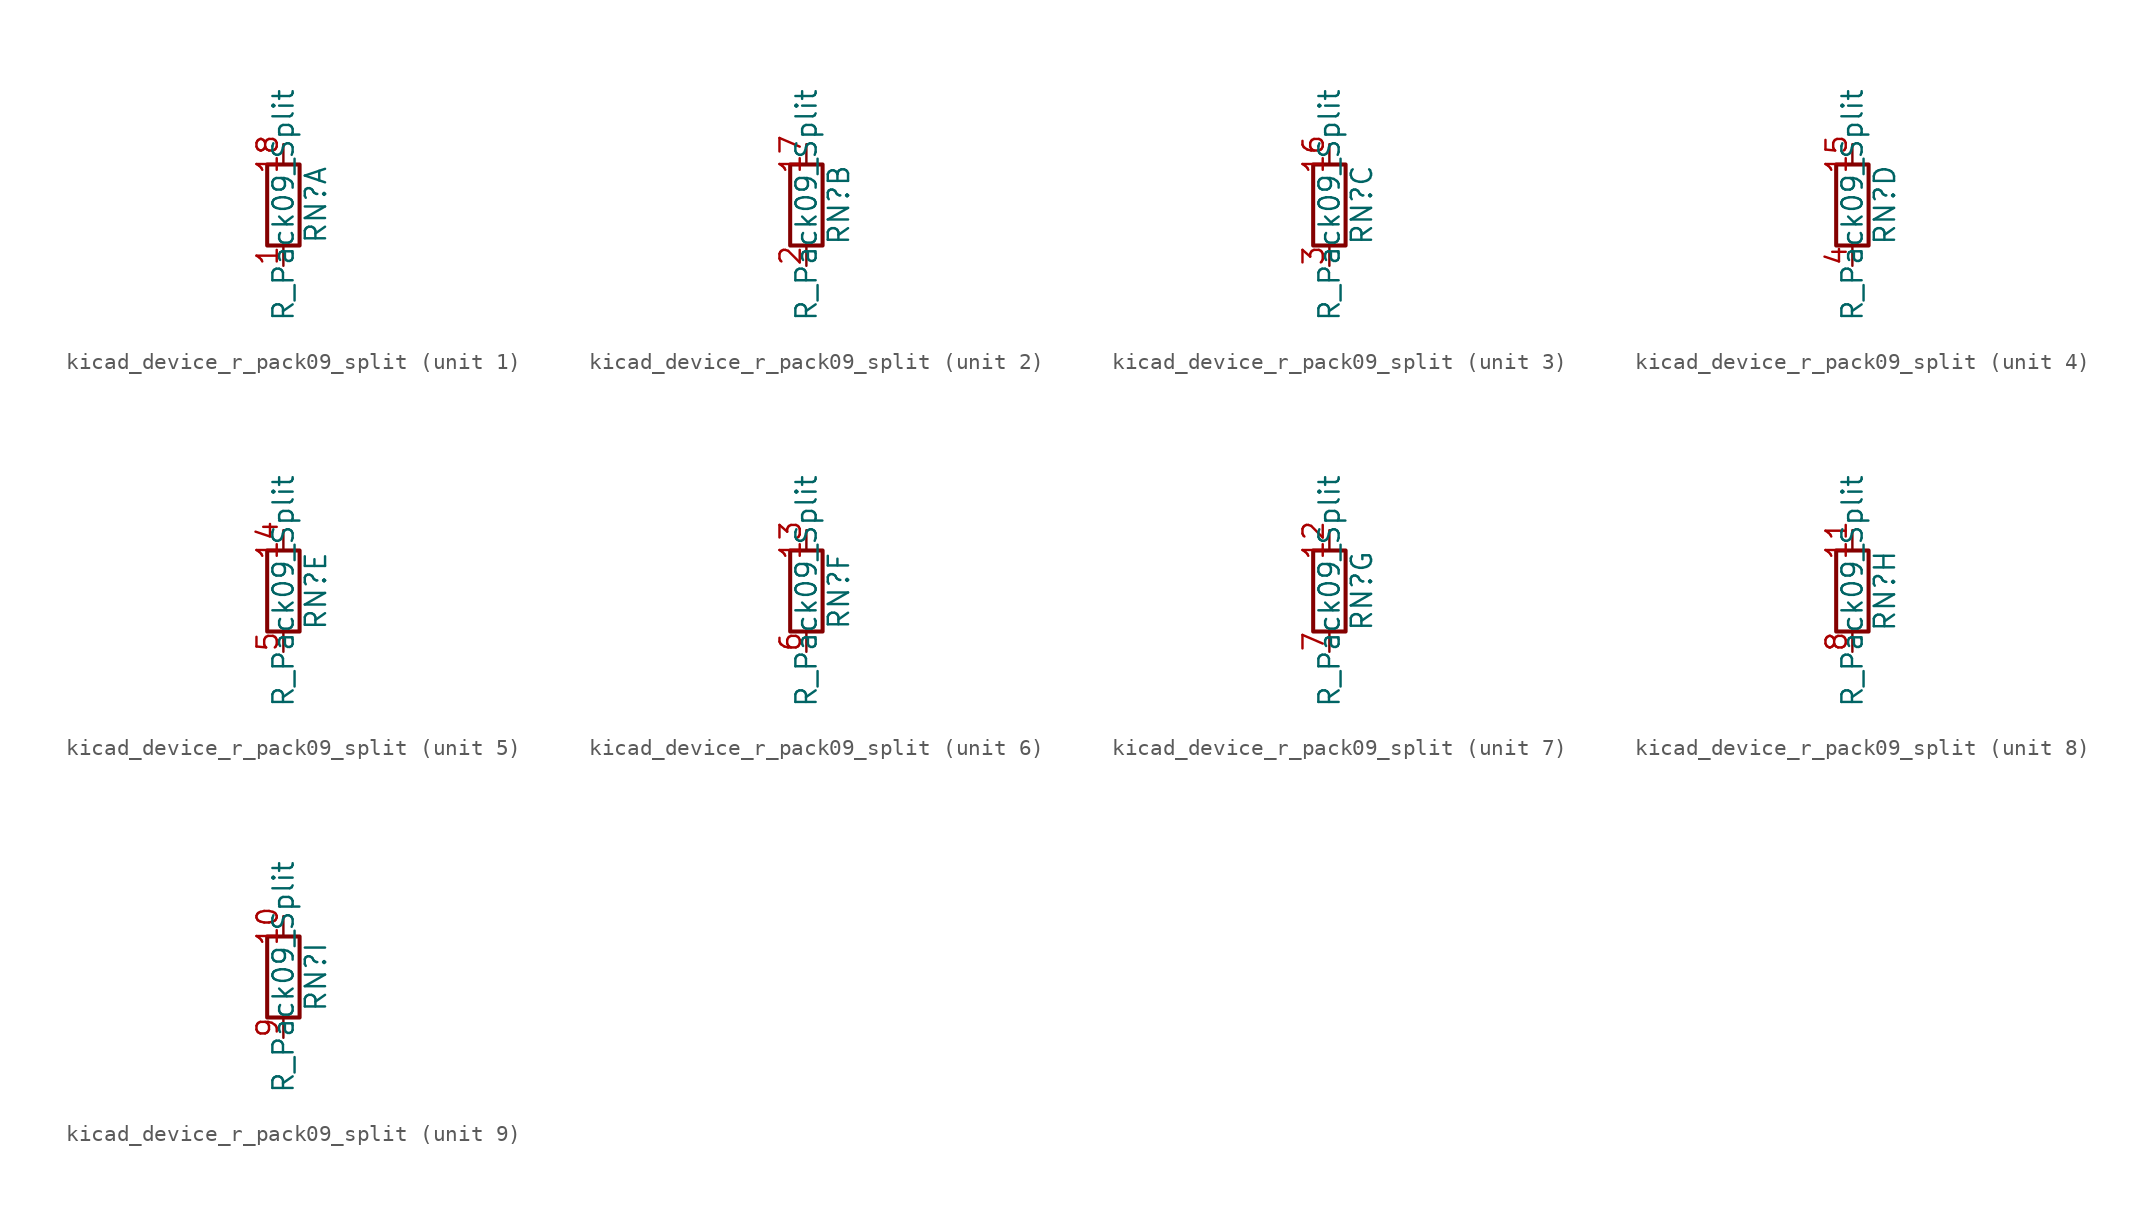
<source format=kicad_sym>
(kicad_symbol_lib
  (version 20220914)
  (generator kicad_symbol_editor)
  (symbol "kicad_device_r_pack09_split"
    (pin_names
      (offset 0) hide)
    (property "Reference" "RN"
      (at 2.032 0 90)
      (effects (font (size 1.27 1.27))))
    (property "Value" "R_Pack09_Split"
      (at 0 0 90)
      (effects (font (size 1.27 1.27))))
    (symbol "kicad_device_r_pack09_split_0_1"
      (rectangle (start 1.016 2.54) (end -1.016 -2.54) (stroke (width 0.254) (type default)) (fill (type none))))
    (symbol "kicad_device_r_pack09_split_1_1"
      (pin passive line (at 0 -3.81 90) (length 1.27) (name "R1.1" (effects (font (size 1.27 1.27)))) (number "1" (effects (font (size 1.27 1.27)))))
      (pin passive line (at 0 3.81 270) (length 1.27) (name "R1.2" (effects (font (size 1.27 1.27)))) (number "18" (effects (font (size 1.27 1.27))))))
    (symbol "kicad_device_r_pack09_split_2_1"
      (pin passive line (at 0 3.81 270) (length 1.27) (name "R2.2" (effects (font (size 1.27 1.27)))) (number "17" (effects (font (size 1.27 1.27)))))
      (pin passive line (at 0 -3.81 90) (length 1.27) (name "R2.1" (effects (font (size 1.27 1.27)))) (number "2" (effects (font (size 1.27 1.27))))))
    (symbol "kicad_device_r_pack09_split_3_1"
      (pin passive line (at 0 3.81 270) (length 1.27) (name "R3.2" (effects (font (size 1.27 1.27)))) (number "16" (effects (font (size 1.27 1.27)))))
      (pin passive line (at 0 -3.81 90) (length 1.27) (name "R3.1" (effects (font (size 1.27 1.27)))) (number "3" (effects (font (size 1.27 1.27))))))
    (symbol "kicad_device_r_pack09_split_4_1"
      (pin passive line (at 0 3.81 270) (length 1.27) (name "R4.2" (effects (font (size 1.27 1.27)))) (number "15" (effects (font (size 1.27 1.27)))))
      (pin passive line (at 0 -3.81 90) (length 1.27) (name "R4.1" (effects (font (size 1.27 1.27)))) (number "4" (effects (font (size 1.27 1.27))))))
    (symbol "kicad_device_r_pack09_split_5_1"
      (pin passive line (at 0 3.81 270) (length 1.27) (name "R5.2" (effects (font (size 1.27 1.27)))) (number "14" (effects (font (size 1.27 1.27)))))
      (pin passive line (at 0 -3.81 90) (length 1.27) (name "R5.1" (effects (font (size 1.27 1.27)))) (number "5" (effects (font (size 1.27 1.27))))))
    (symbol "kicad_device_r_pack09_split_6_1"
      (pin passive line (at 0 3.81 270) (length 1.27) (name "R6.2" (effects (font (size 1.27 1.27)))) (number "13" (effects (font (size 1.27 1.27)))))
      (pin passive line (at 0 -3.81 90) (length 1.27) (name "R6.1" (effects (font (size 1.27 1.27)))) (number "6" (effects (font (size 1.27 1.27))))))
    (symbol "kicad_device_r_pack09_split_7_1"
      (pin passive line (at 0 3.81 270) (length 1.27) (name "R7.2" (effects (font (size 1.27 1.27)))) (number "12" (effects (font (size 1.27 1.27)))))
      (pin passive line (at 0 -3.81 90) (length 1.27) (name "R7.1" (effects (font (size 1.27 1.27)))) (number "7" (effects (font (size 1.27 1.27))))))
    (symbol "kicad_device_r_pack09_split_8_1"
      (pin passive line (at 0 3.81 270) (length 1.27) (name "R8.2" (effects (font (size 1.27 1.27)))) (number "11" (effects (font (size 1.27 1.27)))))
      (pin passive line (at 0 -3.81 90) (length 1.27) (name "R8.1" (effects (font (size 1.27 1.27)))) (number "8" (effects (font (size 1.27 1.27))))))
    (symbol "kicad_device_r_pack09_split_9_1"
      (pin passive line (at 0 3.81 270) (length 1.27) (name "R9.2" (effects (font (size 1.27 1.27)))) (number "10" (effects (font (size 1.27 1.27)))))
      (pin passive line (at 0 -3.81 90) (length 1.27) (name "R9.1" (effects (font (size 1.27 1.27)))) (number "9" (effects (font (size 1.27 1.27))))))))
</source>
